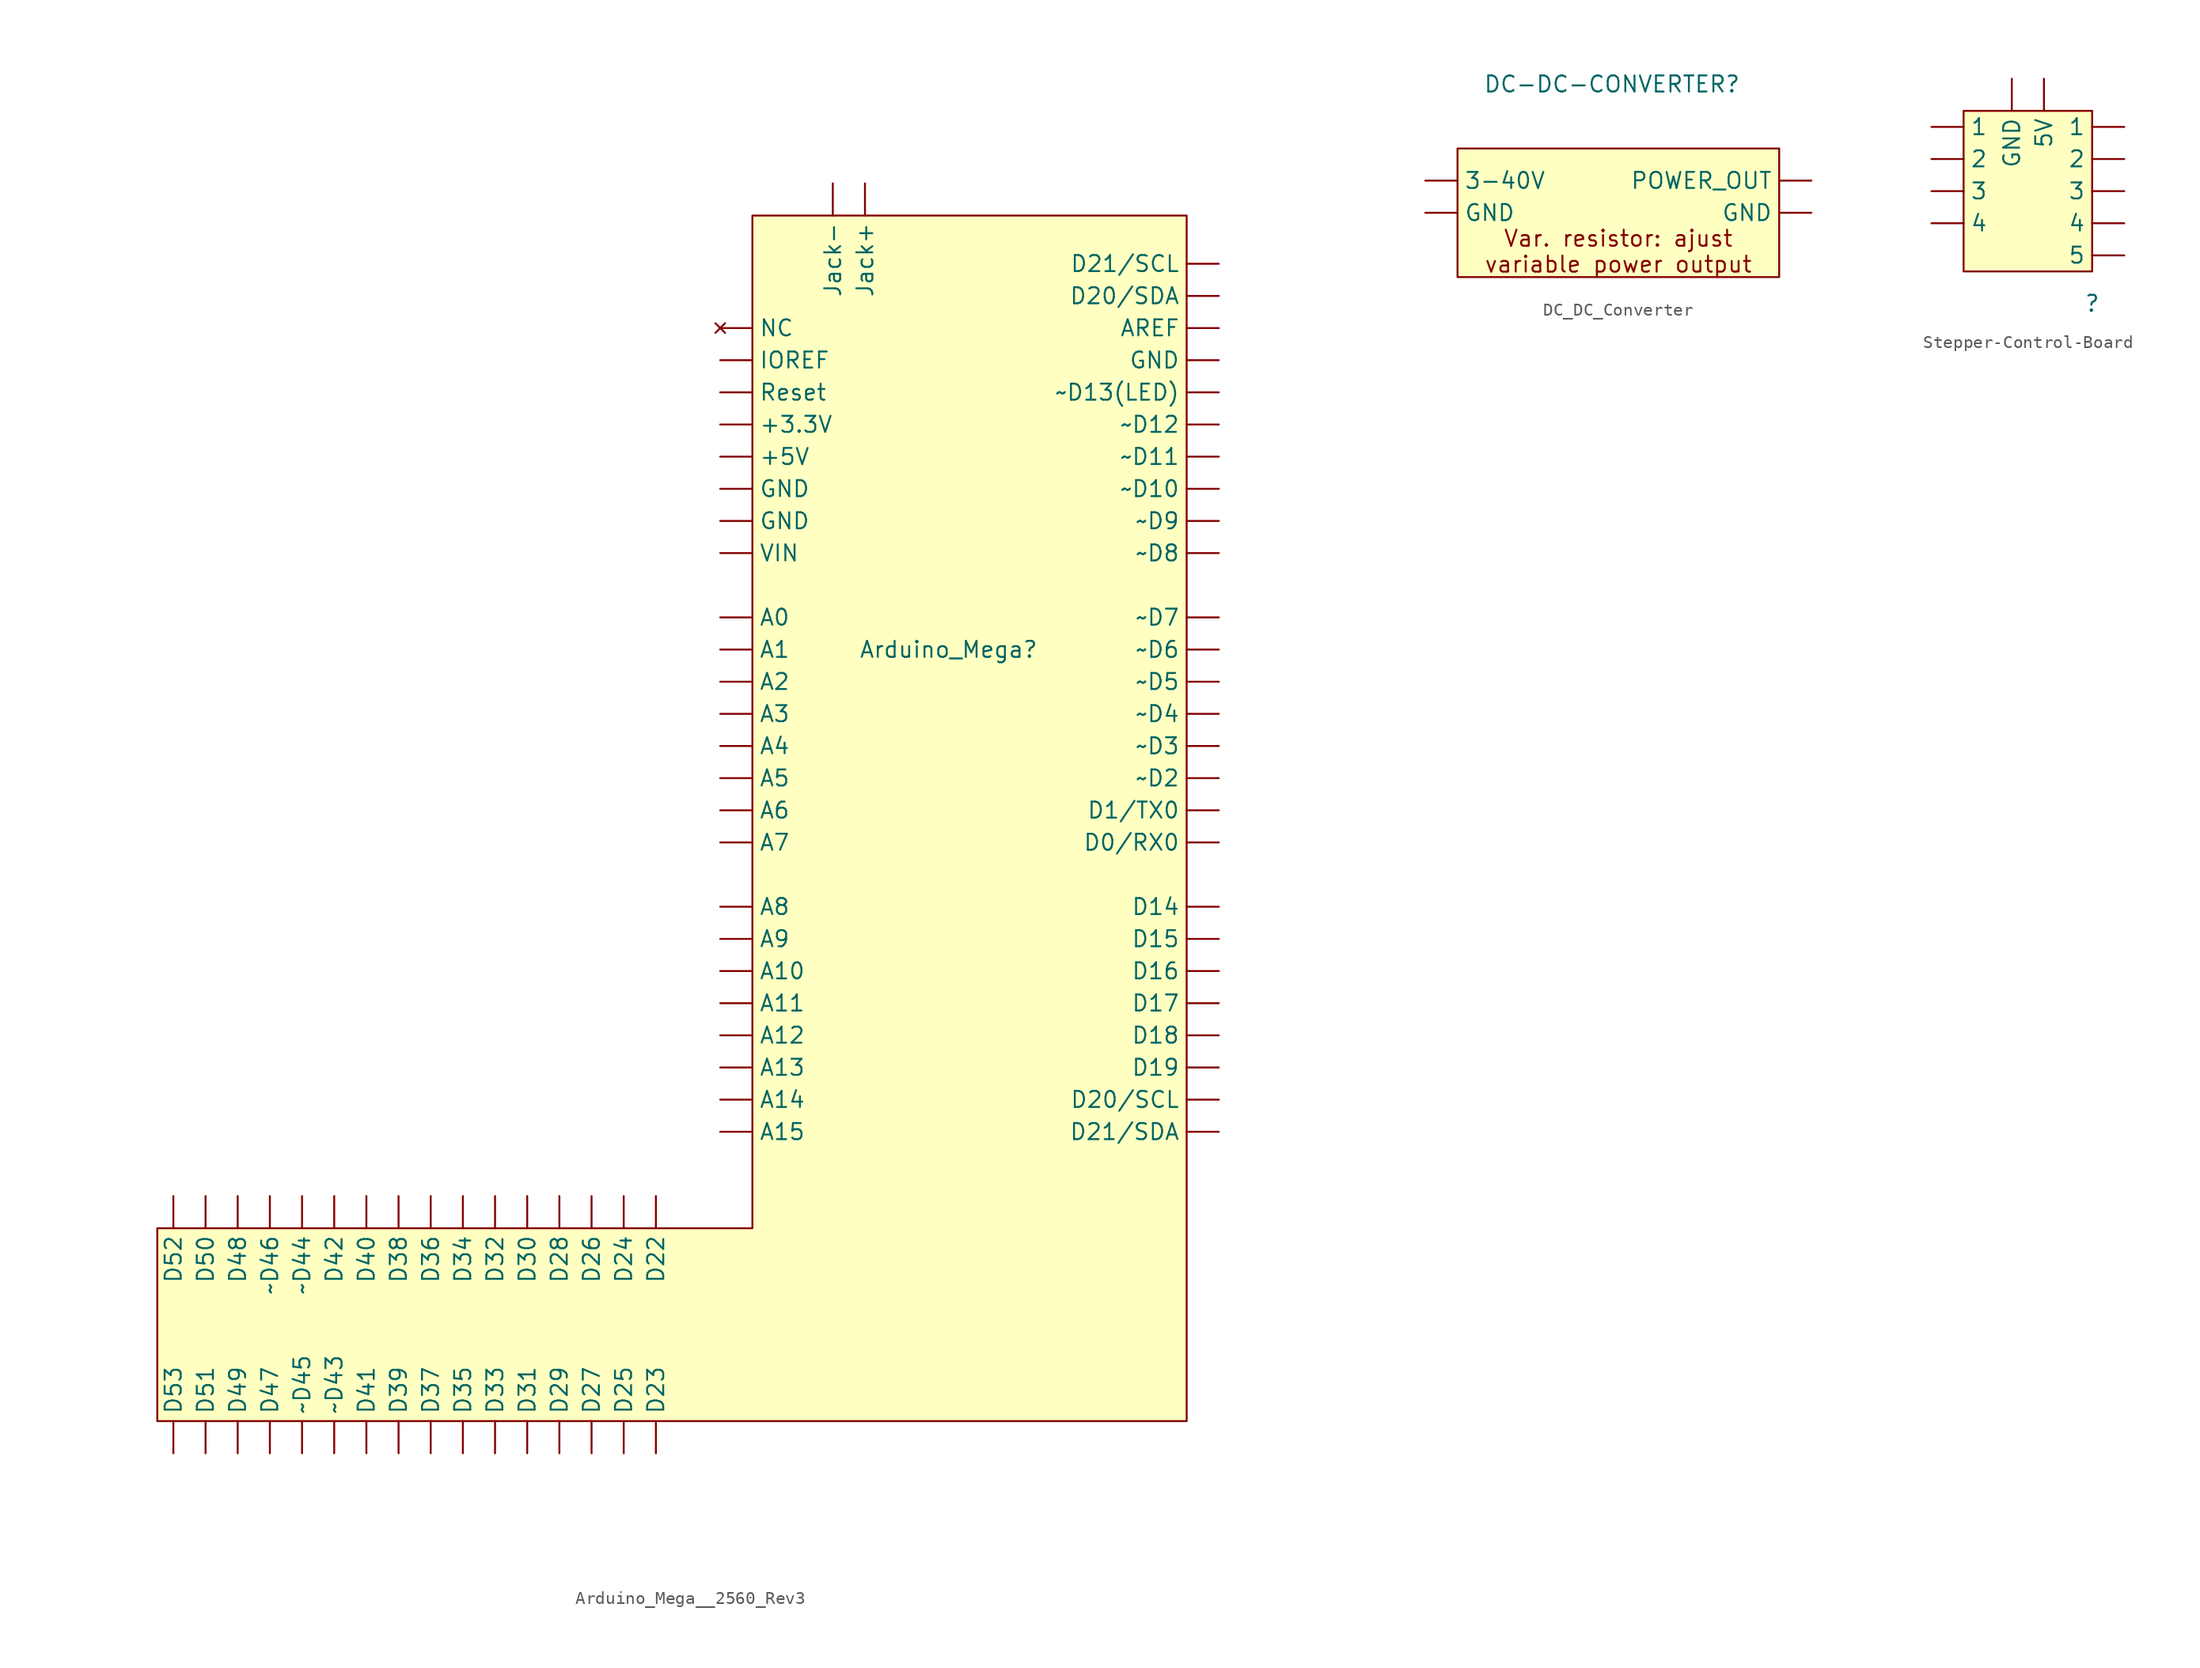
<source format=kicad_sym>
(kicad_symbol_lib
  (version 20231120)
  (generator "kicad_symbol_editor")
  (generator_version "8.0")
  (symbol "Arduino_Mega__2560_Rev3"
    (property "Reference" "Arduino_Mega"
      (at -14.986 -1.27 0)
      (effects (font (size 1.27 1.27))))
    (property "Value" ""
      (at 0 0 0)
      (effects (font (size 1.27 1.27))))
    (symbol "Arduino_Mega__2560_Rev3_1_1"
      (polyline (pts (xy -30.48 33.02) (xy -30.48 -46.99) (xy -77.47 -46.99) (xy -77.47 -62.23) (xy 3.81 -62.23) (xy 3.81 31.75) (xy 3.81 33.02) (xy -30.48 33.02)) (stroke (width 0) (type default)) (fill (type background)))
      (pin power_out line (at -33.02 16.51 0) (length 2.54) (name "+3.3V" (effects (font (size 1.27 1.27)))) (number "" (effects (font (size 1.27 1.27)))))
      (pin power_out line (at -33.02 13.97 0) (length 2.54) (name "+5V" (effects (font (size 1.27 1.27)))) (number "" (effects (font (size 1.27 1.27)))))
      (pin input line (at -33.02 1.27 0) (length 2.54) (name "A0" (effects (font (size 1.27 1.27)))) (number "" (effects (font (size 1.27 1.27)))))
      (pin input line (at -33.02 -1.27 0) (length 2.54) (name "A1" (effects (font (size 1.27 1.27)))) (number "" (effects (font (size 1.27 1.27)))))
      (pin input line (at -33.02 -26.67 0) (length 2.54) (name "A10" (effects (font (size 1.27 1.27)))) (number "" (effects (font (size 1.27 1.27)))))
      (pin input line (at -33.02 -29.21 0) (length 2.54) (name "A11" (effects (font (size 1.27 1.27)))) (number "" (effects (font (size 1.27 1.27)))))
      (pin input line (at -33.02 -31.75 0) (length 2.54) (name "A12" (effects (font (size 1.27 1.27)))) (number "" (effects (font (size 1.27 1.27)))))
      (pin input line (at -33.02 -34.29 0) (length 2.54) (name "A13" (effects (font (size 1.27 1.27)))) (number "" (effects (font (size 1.27 1.27)))))
      (pin input line (at -33.02 -36.83 0) (length 2.54) (name "A14" (effects (font (size 1.27 1.27)))) (number "" (effects (font (size 1.27 1.27)))))
      (pin input line (at -33.02 -39.37 0) (length 2.54) (name "A15" (effects (font (size 1.27 1.27)))) (number "" (effects (font (size 1.27 1.27)))))
      (pin input line (at -33.02 -3.81 0) (length 2.54) (name "A2" (effects (font (size 1.27 1.27)))) (number "" (effects (font (size 1.27 1.27)))))
      (pin input line (at -33.02 -6.35 0) (length 2.54) (name "A3" (effects (font (size 1.27 1.27)))) (number "" (effects (font (size 1.27 1.27)))))
      (pin input line (at -33.02 -8.89 0) (length 2.54) (name "A4" (effects (font (size 1.27 1.27)))) (number "" (effects (font (size 1.27 1.27)))))
      (pin input line (at -33.02 -11.43 0) (length 2.54) (name "A5" (effects (font (size 1.27 1.27)))) (number "" (effects (font (size 1.27 1.27)))))
      (pin input line (at -33.02 -13.97 0) (length 2.54) (name "A6" (effects (font (size 1.27 1.27)))) (number "" (effects (font (size 1.27 1.27)))))
      (pin input line (at -33.02 -16.51 0) (length 2.54) (name "A7" (effects (font (size 1.27 1.27)))) (number "" (effects (font (size 1.27 1.27)))))
      (pin input line (at -33.02 -21.59 0) (length 2.54) (name "A8" (effects (font (size 1.27 1.27)))) (number "" (effects (font (size 1.27 1.27)))))
      (pin input line (at -33.02 -24.13 0) (length 2.54) (name "A9" (effects (font (size 1.27 1.27)))) (number "" (effects (font (size 1.27 1.27)))))
      (pin output line (at 6.35 24.13 180) (length 2.54) (name "AREF" (effects (font (size 1.27 1.27)))) (number "" (effects (font (size 1.27 1.27)))))
      (pin bidirectional line (at 6.35 -16.51 180) (length 2.54) (name "D0/RX0" (effects (font (size 1.27 1.27)))) (number "" (effects (font (size 1.27 1.27)))))
      (pin bidirectional line (at 6.35 -13.97 180) (length 2.54) (name "D1/TX0" (effects (font (size 1.27 1.27)))) (number "" (effects (font (size 1.27 1.27)))))
      (pin bidirectional line (at 6.35 -21.59 180) (length 2.54) (name "D14" (effects (font (size 1.27 1.27)))) (number "" (effects (font (size 1.27 1.27)))))
      (pin bidirectional line (at 6.35 -24.13 180) (length 2.54) (name "D15" (effects (font (size 1.27 1.27)))) (number "" (effects (font (size 1.27 1.27)))))
      (pin bidirectional line (at 6.35 -26.67 180) (length 2.54) (name "D16" (effects (font (size 1.27 1.27)))) (number "" (effects (font (size 1.27 1.27)))))
      (pin bidirectional line (at 6.35 -29.21 180) (length 2.54) (name "D17" (effects (font (size 1.27 1.27)))) (number "" (effects (font (size 1.27 1.27)))))
      (pin bidirectional line (at 6.35 -31.75 180) (length 2.54) (name "D18" (effects (font (size 1.27 1.27)))) (number "" (effects (font (size 1.27 1.27)))))
      (pin bidirectional line (at 6.35 -34.29 180) (length 2.54) (name "D19" (effects (font (size 1.27 1.27)))) (number "" (effects (font (size 1.27 1.27)))))
      (pin bidirectional line (at 6.35 -36.83 180) (length 2.54) (name "D20/SCL" (effects (font (size 1.27 1.27)))) (number "" (effects (font (size 1.27 1.27)))))
      (pin bidirectional line (at 6.35 26.67 180) (length 2.54) (name "D20/SDA" (effects (font (size 1.27 1.27)))) (number "" (effects (font (size 1.27 1.27)))))
      (pin bidirectional line (at 6.35 29.21 180) (length 2.54) (name "D21/SCL" (effects (font (size 1.27 1.27)))) (number "" (effects (font (size 1.27 1.27)))))
      (pin bidirectional line (at 6.35 -39.37 180) (length 2.54) (name "D21/SDA" (effects (font (size 1.27 1.27)))) (number "" (effects (font (size 1.27 1.27)))))
      (pin bidirectional line (at -38.1 -44.45 270) (length 2.54) (name "D22" (effects (font (size 1.27 1.27)))) (number "" (effects (font (size 1.27 1.27)))))
      (pin bidirectional line (at -38.1 -64.77 90) (length 2.54) (name "D23" (effects (font (size 1.27 1.27)))) (number "" (effects (font (size 1.27 1.27)))))
      (pin bidirectional line (at -40.64 -44.45 270) (length 2.54) (name "D24" (effects (font (size 1.27 1.27)))) (number "" (effects (font (size 1.27 1.27)))))
      (pin bidirectional line (at -40.64 -64.77 90) (length 2.54) (name "D25" (effects (font (size 1.27 1.27)))) (number "" (effects (font (size 1.27 1.27)))))
      (pin bidirectional line (at -43.18 -44.45 270) (length 2.54) (name "D26" (effects (font (size 1.27 1.27)))) (number "" (effects (font (size 1.27 1.27)))))
      (pin bidirectional line (at -43.18 -64.77 90) (length 2.54) (name "D27" (effects (font (size 1.27 1.27)))) (number "" (effects (font (size 1.27 1.27)))))
      (pin bidirectional line (at -45.72 -44.45 270) (length 2.54) (name "D28" (effects (font (size 1.27 1.27)))) (number "" (effects (font (size 1.27 1.27)))))
      (pin bidirectional line (at -45.72 -64.77 90) (length 2.54) (name "D29" (effects (font (size 1.27 1.27)))) (number "" (effects (font (size 1.27 1.27)))))
      (pin bidirectional line (at -48.26 -44.45 270) (length 2.54) (name "D30" (effects (font (size 1.27 1.27)))) (number "" (effects (font (size 1.27 1.27)))))
      (pin bidirectional line (at -48.26 -64.77 90) (length 2.54) (name "D31" (effects (font (size 1.27 1.27)))) (number "" (effects (font (size 1.27 1.27)))))
      (pin bidirectional line (at -50.8 -44.45 270) (length 2.54) (name "D32" (effects (font (size 1.27 1.27)))) (number "" (effects (font (size 1.27 1.27)))))
      (pin bidirectional line (at -50.8 -64.77 90) (length 2.54) (name "D33" (effects (font (size 1.27 1.27)))) (number "" (effects (font (size 1.27 1.27)))))
      (pin bidirectional line (at -53.34 -44.45 270) (length 2.54) (name "D34" (effects (font (size 1.27 1.27)))) (number "" (effects (font (size 1.27 1.27)))))
      (pin bidirectional line (at -53.34 -64.77 90) (length 2.54) (name "D35" (effects (font (size 1.27 1.27)))) (number "" (effects (font (size 1.27 1.27)))))
      (pin bidirectional line (at -55.88 -44.45 270) (length 2.54) (name "D36" (effects (font (size 1.27 1.27)))) (number "" (effects (font (size 1.27 1.27)))))
      (pin bidirectional line (at -55.88 -64.77 90) (length 2.54) (name "D37" (effects (font (size 1.27 1.27)))) (number "" (effects (font (size 1.27 1.27)))))
      (pin bidirectional line (at -58.42 -44.45 270) (length 2.54) (name "D38" (effects (font (size 1.27 1.27)))) (number "" (effects (font (size 1.27 1.27)))))
      (pin bidirectional line (at -58.42 -64.77 90) (length 2.54) (name "D39" (effects (font (size 1.27 1.27)))) (number "" (effects (font (size 1.27 1.27)))))
      (pin bidirectional line (at -60.96 -44.45 270) (length 2.54) (name "D40" (effects (font (size 1.27 1.27)))) (number "" (effects (font (size 1.27 1.27)))))
      (pin bidirectional line (at -60.96 -64.77 90) (length 2.54) (name "D41" (effects (font (size 1.27 1.27)))) (number "" (effects (font (size 1.27 1.27)))))
      (pin bidirectional line (at -63.5 -44.45 270) (length 2.54) (name "D42" (effects (font (size 1.27 1.27)))) (number "" (effects (font (size 1.27 1.27)))))
      (pin bidirectional line (at -68.58 -64.77 90) (length 2.54) (name "D47" (effects (font (size 1.27 1.27)))) (number "" (effects (font (size 1.27 1.27)))))
      (pin bidirectional line (at -71.12 -44.45 270) (length 2.54) (name "D48" (effects (font (size 1.27 1.27)))) (number "" (effects (font (size 1.27 1.27)))))
      (pin bidirectional line (at -71.12 -64.77 90) (length 2.54) (name "D49" (effects (font (size 1.27 1.27)))) (number "" (effects (font (size 1.27 1.27)))))
      (pin bidirectional line (at -73.66 -44.45 270) (length 2.54) (name "D50" (effects (font (size 1.27 1.27)))) (number "" (effects (font (size 1.27 1.27)))))
      (pin bidirectional line (at -73.66 -64.77 90) (length 2.54) (name "D51" (effects (font (size 1.27 1.27)))) (number "" (effects (font (size 1.27 1.27)))))
      (pin bidirectional line (at -76.2 -44.45 270) (length 2.54) (name "D52" (effects (font (size 1.27 1.27)))) (number "" (effects (font (size 1.27 1.27)))))
      (pin bidirectional line (at -76.2 -64.77 90) (length 2.54) (name "D53" (effects (font (size 1.27 1.27)))) (number "" (effects (font (size 1.27 1.27)))))
      (pin input line (at -33.02 8.89 0) (length 2.54) (name "GND" (effects (font (size 1.27 1.27)))) (number "" (effects (font (size 1.27 1.27)))))
      (pin input line (at -33.02 11.43 0) (length 2.54) (name "GND" (effects (font (size 1.27 1.27)))) (number "" (effects (font (size 1.27 1.27)))))
      (pin input line (at 6.35 21.59 180) (length 2.54) (name "GND" (effects (font (size 1.27 1.27)))) (number "" (effects (font (size 1.27 1.27)))))
      (pin output line (at -33.02 21.59 0) (length 2.54) (name "IOREF" (effects (font (size 1.27 1.27)))) (number "" (effects (font (size 1.27 1.27)))))
      (pin power_in line (at -21.59 35.56 270) (length 2.54) (name "Jack+" (effects (font (size 1.27 1.27)))) (number "" (effects (font (size 1.27 1.27)))))
      (pin power_in line (at -24.13 35.56 270) (length 2.54) (name "Jack-" (effects (font (size 1.27 1.27)))) (number "" (effects (font (size 1.27 1.27)))))
      (pin no_connect line (at -33.02 24.13 0) (length 2.54) (name "NC" (effects (font (size 1.27 1.27)))) (number "" (effects (font (size 1.27 1.27)))))
      (pin unspecified line (at -33.02 19.05 0) (length 2.54) (name "Reset" (effects (font (size 1.27 1.27)))) (number "" (effects (font (size 1.27 1.27)))))
      (pin power_in line (at -33.02 6.35 0) (length 2.54) (name "VIN" (effects (font (size 1.27 1.27)))) (number "" (effects (font (size 1.27 1.27)))))
      (pin bidirectional line (at 6.35 11.43 180) (length 2.54) (name "~D10" (effects (font (size 1.27 1.27)))) (number "" (effects (font (size 1.27 1.27)))))
      (pin bidirectional line (at 6.35 13.97 180) (length 2.54) (name "~D11" (effects (font (size 1.27 1.27)))) (number "" (effects (font (size 1.27 1.27)))))
      (pin bidirectional line (at 6.35 16.51 180) (length 2.54) (name "~D12" (effects (font (size 1.27 1.27)))) (number "" (effects (font (size 1.27 1.27)))))
      (pin bidirectional line (at 6.35 19.05 180) (length 2.54) (name "~D13(LED)" (effects (font (size 1.27 1.27)))) (number "" (effects (font (size 1.27 1.27)))))
      (pin bidirectional line (at 6.35 -11.43 180) (length 2.54) (name "~D2" (effects (font (size 1.27 1.27)))) (number "" (effects (font (size 1.27 1.27)))))
      (pin bidirectional line (at 6.35 -8.89 180) (length 2.54) (name "~D3" (effects (font (size 1.27 1.27)))) (number "" (effects (font (size 1.27 1.27)))))
      (pin bidirectional line (at 6.35 -6.35 180) (length 2.54) (name "~D4" (effects (font (size 1.27 1.27)))) (number "" (effects (font (size 1.27 1.27)))))
      (pin bidirectional line (at -63.5 -64.77 90) (length 2.54) (name "~D43" (effects (font (size 1.27 1.27)))) (number "" (effects (font (size 1.27 1.27)))))
      (pin bidirectional line (at -66.04 -44.45 270) (length 2.54) (name "~D44" (effects (font (size 1.27 1.27)))) (number "" (effects (font (size 1.27 1.27)))))
      (pin bidirectional line (at -66.04 -64.77 90) (length 2.54) (name "~D45" (effects (font (size 1.27 1.27)))) (number "" (effects (font (size 1.27 1.27)))))
      (pin bidirectional line (at -68.58 -44.45 270) (length 2.54) (name "~D46" (effects (font (size 1.27 1.27)))) (number "" (effects (font (size 1.27 1.27)))))
      (pin bidirectional line (at 6.35 -3.81 180) (length 2.54) (name "~D5" (effects (font (size 1.27 1.27)))) (number "" (effects (font (size 1.27 1.27)))))
      (pin bidirectional line (at 6.35 -1.27 180) (length 2.54) (name "~D6" (effects (font (size 1.27 1.27)))) (number "" (effects (font (size 1.27 1.27)))))
      (pin bidirectional line (at 6.35 1.27 180) (length 2.54) (name "~D7" (effects (font (size 1.27 1.27)))) (number "" (effects (font (size 1.27 1.27)))))
      (pin bidirectional line (at 6.35 6.35 180) (length 2.54) (name "~D8" (effects (font (size 1.27 1.27)))) (number "" (effects (font (size 1.27 1.27)))))
      (pin bidirectional line (at 6.35 8.89 180) (length 2.54) (name "~D9" (effects (font (size 1.27 1.27)))) (number "" (effects (font (size 1.27 1.27)))))))
  (symbol "DC_DC_Converter"
    (property "Reference" "DC-DC-CONVERTER"
      (at -1.778 10.16 0)
      (effects (font (size 1.27 1.27))))
    (property "Value" ""
      (at 0 0 0)
      (effects (font (size 1.27 1.27))))
    (symbol "DC_DC_Converter_1_1"
      (rectangle (start -13.97 5.08) (end 11.43 -5.08) (stroke (width 0) (type default)) (fill (type background)))
      (text "Var. resistor: ajust\nvariable power output" (at -1.27 -3.048 0) (effects (font (size 1.27 1.27))))
      (pin power_in line (at -16.51 2.54 0) (length 2.54) (name "3-40V" (effects (font (size 1.27 1.27)))) (number "" (effects (font (size 1.27 1.27)))))
      (pin power_in line (at -16.51 0 0) (length 2.54) (name "GND" (effects (font (size 1.27 1.27)))) (number "" (effects (font (size 1.27 1.27)))))
      (pin power_out line (at 13.97 0 180) (length 2.54) (name "GND" (effects (font (size 1.27 1.27)))) (number "" (effects (font (size 1.27 1.27)))))
      (pin power_out line (at 13.97 2.54 180) (length 2.54) (name "POWER_OUT" (effects (font (size 1.27 1.27)))) (number "" (effects (font (size 1.27 1.27)))))))
  (symbol "Stepper-Control-Board"
    (property "Reference" ""
      (at 5.08 -11.43 0)
      (effects (font (size 1.27 1.27))))
    (property "Value" ""
      (at 5.08 -11.43 0)
      (effects (font (size 1.27 1.27))))
    (symbol "Stepper-Control-Board_1_1"
      (rectangle (start -5.08 3.81) (end 5.08 -8.89) (stroke (width 0) (type default)) (fill (type background)))
      (pin input line (at -7.62 2.54 0) (length 2.54) (name "1" (effects (font (size 1.27 1.27)))) (number "" (effects (font (size 1.27 1.27)))))
      (pin output line (at 7.62 2.54 180) (length 2.54) (name "1" (effects (font (size 1.27 1.27)))) (number "" (effects (font (size 1.27 1.27)))))
      (pin input line (at -7.62 0 0) (length 2.54) (name "2" (effects (font (size 1.27 1.27)))) (number "" (effects (font (size 1.27 1.27)))))
      (pin output line (at 7.62 0 180) (length 2.54) (name "2" (effects (font (size 1.27 1.27)))) (number "" (effects (font (size 1.27 1.27)))))
      (pin input line (at -7.62 -2.54 0) (length 2.54) (name "3" (effects (font (size 1.27 1.27)))) (number "" (effects (font (size 1.27 1.27)))))
      (pin output line (at 7.62 -2.54 180) (length 2.54) (name "3" (effects (font (size 1.27 1.27)))) (number "" (effects (font (size 1.27 1.27)))))
      (pin input line (at -7.62 -5.08 0) (length 2.54) (name "4" (effects (font (size 1.27 1.27)))) (number "" (effects (font (size 1.27 1.27)))))
      (pin output line (at 7.62 -5.08 180) (length 2.54) (name "4" (effects (font (size 1.27 1.27)))) (number "" (effects (font (size 1.27 1.27)))))
      (pin output line (at 7.62 -7.62 180) (length 2.54) (name "5" (effects (font (size 1.27 1.27)))) (number "" (effects (font (size 1.27 1.27)))))
      (pin power_out line (at 1.27 6.35 270) (length 2.54) (name "5V" (effects (font (size 1.27 1.27)))) (number "" (effects (font (size 1.27 1.27)))))
      (pin power_out line (at -1.27 6.35 270) (length 2.54) (name "GND" (effects (font (size 1.27 1.27)))) (number "" (effects (font (size 1.27 1.27))))))))
</source>
